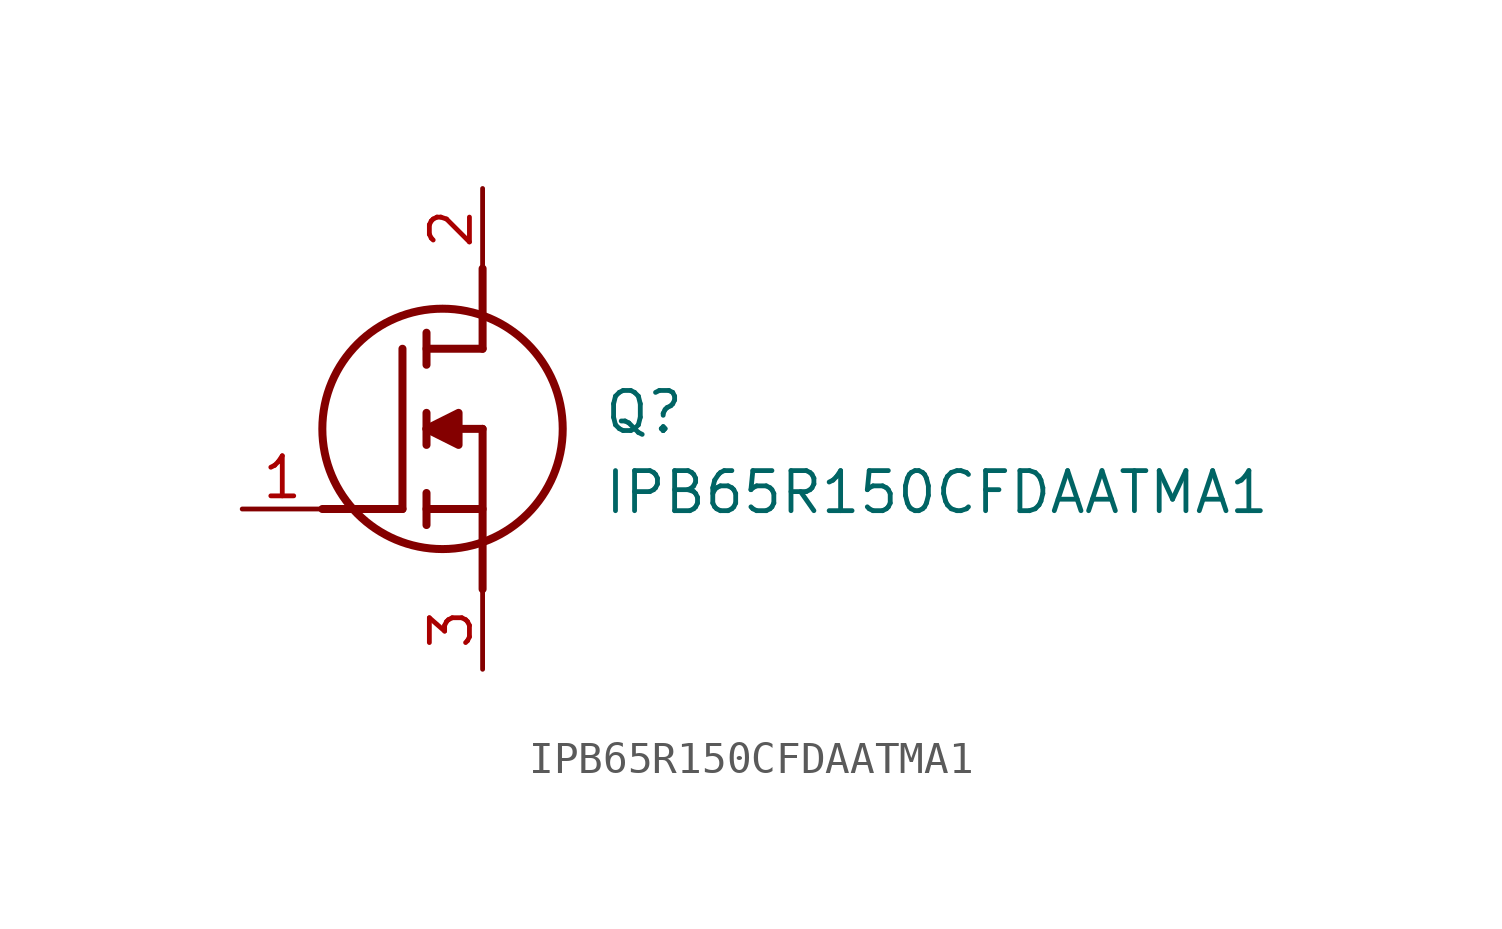
<source format=kicad_sym>
(kicad_symbol_lib
  (version 20211014)
  (generator SamacSys_ECAD_Model)
  (symbol "IPB65R150CFDAATMA1"
    (pin_names hide)
    (property "Reference" "Q"
      (at 11.43 3.81 0)
      (effects (font (size 1.27 1.27)) (justify left top)))
    (property "Value" "IPB65R150CFDAATMA1"
      (at 11.43 1.27 0)
      (effects (font (size 1.27 1.27)) (justify left top)))
    (polyline
      (pts (xy 7.62 2.54) (xy 7.62 -2.54))
      (stroke (width 0.254) (type default))
      (fill (type none)))
    (polyline
      (pts (xy 7.62 5.08) (xy 7.62 7.62))
      (stroke (width 0.254) (type default))
      (fill (type none)))
    (polyline
      (pts (xy 2.54 0) (xy 5.08 0))
      (stroke (width 0.254) (type default))
      (fill (type none)))
    (polyline
      (pts (xy 5.08 5.08) (xy 5.08 0))
      (stroke (width 0.254) (type default))
      (fill (type none)))
    (polyline
      (pts (xy 7.62 2.54) (xy 5.842 2.54))
      (stroke (width 0.254) (type default))
      (fill (type none)))
    (polyline
      (pts (xy 7.62 5.08) (xy 5.842 5.08))
      (stroke (width 0.254) (type default))
      (fill (type none)))
    (polyline
      (pts (xy 5.842 0) (xy 7.62 0))
      (stroke (width 0.254) (type default))
      (fill (type none)))
    (polyline
      (pts (xy 5.842 5.588) (xy 5.842 4.572))
      (stroke (width 0.254) (type default))
      (fill (type none)))
    (polyline
      (pts (xy 5.842 -0.508) (xy 5.842 0.508))
      (stroke (width 0.254) (type default))
      (fill (type none)))
    (polyline
      (pts (xy 5.842 2.032) (xy 5.842 3.048))
      (stroke (width 0.254) (type default))
      (fill (type none)))
    (circle
      (center 6.35 2.54)
      (radius 3.81)
      (stroke (width 0.254) (type default))
      (fill (type none)))
    (polyline
      (pts (xy 5.842 2.54) (xy 6.858 3.048) (xy 6.858 2.032) (xy 5.842 2.54))
      (stroke (width 0.254) (type default))
      (fill (type outline)))
    (pin passive line
      (at 0 0 0)
      (length 2.54)
      (name "G" (effects (font (size 1.27 1.27))))
      (number "1" (effects (font (size 1.27 1.27)))))
    (pin passive line
      (at 7.62 10.16 270)
      (length 2.54)
      (name "D" (effects (font (size 1.27 1.27))))
      (number "2" (effects (font (size 1.27 1.27)))))
    (pin passive line
      (at 7.62 -5.08 90)
      (length 2.54)
      (name "S" (effects (font (size 1.27 1.27))))
      (number "3" (effects (font (size 1.27 1.27)))))))
</source>
